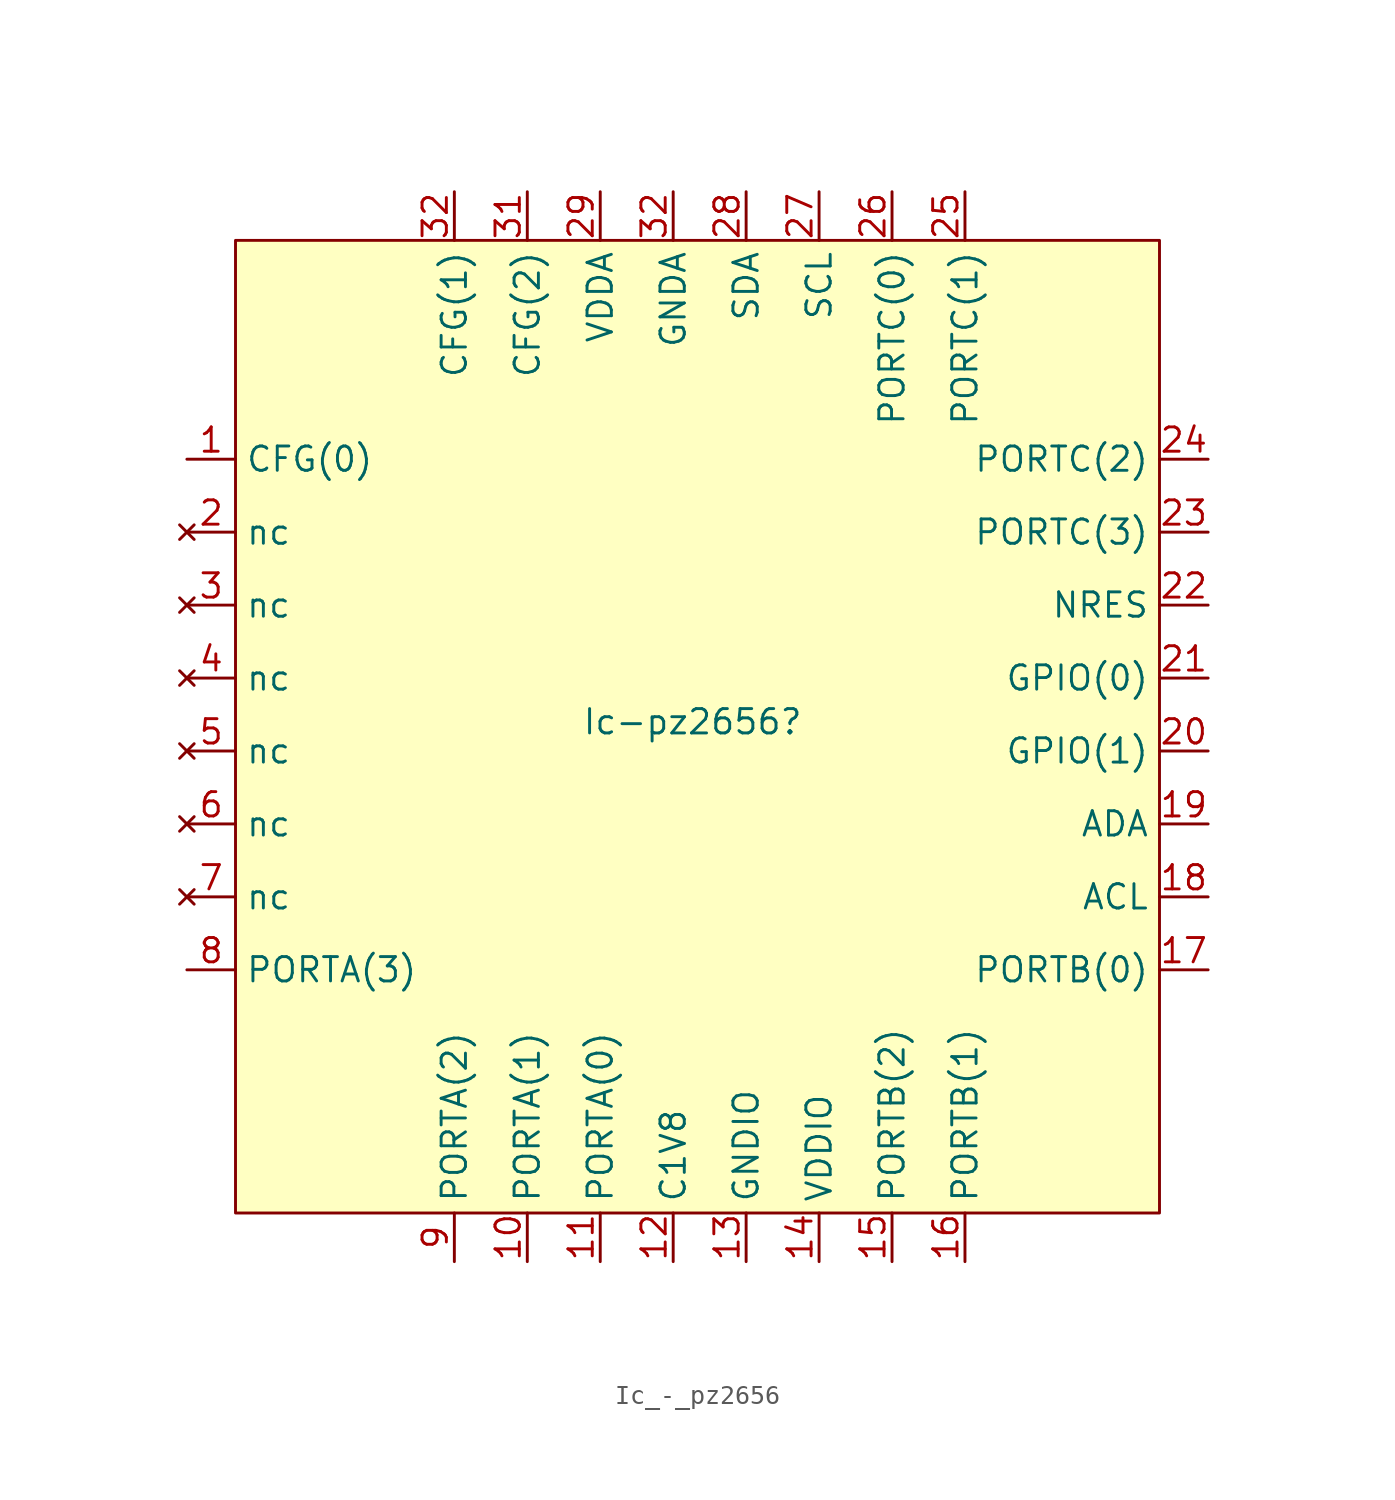
<source format=kicad_sym>
(kicad_symbol_lib
  (version 20231120)
  (generator "kicad_symbol_editor")
  (generator_version "8.0")
  (symbol "Ic_-_pz2656"
    (property "Reference" "Ic-pz2656"
      (at -0.254 0.254 0)
      (effects (font (size 1.27 1.27))))
    (property "Value" ""
      (at -9.906 -1.524 0)
      (effects (font (size 1.27 1.27))))
    (symbol "Ic_-_pz2656_1_1"
      (rectangle (start -24.13 25.4) (end 24.13 -25.4) (stroke (width 0) (type default)) (fill (type background)))
      (pin input line (at -26.67 13.97 0) (length 2.54) (name "CFG(0)" (effects (font (size 1.27 1.27)))) (number "1" (effects (font (size 1.27 1.27)))))
      (pin bidirectional line (at -8.89 -27.94 90) (length 2.54) (name "PORTA(1)" (effects (font (size 1.27 1.27)))) (number "10" (effects (font (size 1.27 1.27)))))
      (pin bidirectional line (at -5.08 -27.94 90) (length 2.54) (name "PORTA(0)" (effects (font (size 1.27 1.27)))) (number "11" (effects (font (size 1.27 1.27)))))
      (pin output line (at -1.27 -27.94 90) (length 2.54) (name "C1V8" (effects (font (size 1.27 1.27)))) (number "12" (effects (font (size 1.27 1.27)))))
      (pin power_out line (at 2.54 -27.94 90) (length 2.54) (name "GNDIO" (effects (font (size 1.27 1.27)))) (number "13" (effects (font (size 1.27 1.27)))))
      (pin power_in line (at 6.35 -27.94 90) (length 2.54) (name "VDDIO" (effects (font (size 1.27 1.27)))) (number "14" (effects (font (size 1.27 1.27)))))
      (pin bidirectional line (at 10.16 -27.94 90) (length 2.54) (name "PORTB(2)" (effects (font (size 1.27 1.27)))) (number "15" (effects (font (size 1.27 1.27)))))
      (pin bidirectional line (at 13.97 -27.94 90) (length 2.54) (name "PORTB(1)" (effects (font (size 1.27 1.27)))) (number "16" (effects (font (size 1.27 1.27)))))
      (pin bidirectional line (at 26.67 -12.7 180) (length 2.54) (name "PORTB(0)" (effects (font (size 1.27 1.27)))) (number "17" (effects (font (size 1.27 1.27)))))
      (pin output line (at 26.67 -8.89 180) (length 2.54) (name "ACL" (effects (font (size 1.27 1.27)))) (number "18" (effects (font (size 1.27 1.27)))))
      (pin input line (at 26.67 -5.08 180) (length 2.54) (name "ADA" (effects (font (size 1.27 1.27)))) (number "19" (effects (font (size 1.27 1.27)))))
      (pin no_connect line (at -26.67 10.16 0) (length 2.54) (name "nc" (effects (font (size 1.27 1.27)))) (number "2" (effects (font (size 1.27 1.27)))))
      (pin bidirectional line (at 26.67 -1.27 180) (length 2.54) (name "GPIO(1)" (effects (font (size 1.27 1.27)))) (number "20" (effects (font (size 1.27 1.27)))))
      (pin bidirectional line (at 26.67 2.54 180) (length 2.54) (name "GPIO(0)" (effects (font (size 1.27 1.27)))) (number "21" (effects (font (size 1.27 1.27)))))
      (pin input line (at 26.67 6.35 180) (length 2.54) (name "NRES" (effects (font (size 1.27 1.27)))) (number "22" (effects (font (size 1.27 1.27)))))
      (pin bidirectional line (at 26.67 10.16 180) (length 2.54) (name "PORTC(3)" (effects (font (size 1.27 1.27)))) (number "23" (effects (font (size 1.27 1.27)))))
      (pin bidirectional line (at 26.67 13.97 180) (length 2.54) (name "PORTC(2)" (effects (font (size 1.27 1.27)))) (number "24" (effects (font (size 1.27 1.27)))))
      (pin bidirectional line (at 13.97 27.94 270) (length 2.54) (name "PORTC(1)" (effects (font (size 1.27 1.27)))) (number "25" (effects (font (size 1.27 1.27)))))
      (pin bidirectional line (at 10.16 27.94 270) (length 2.54) (name "PORTC(0)" (effects (font (size 1.27 1.27)))) (number "26" (effects (font (size 1.27 1.27)))))
      (pin bidirectional line (at 6.35 27.94 270) (length 2.54) (name "SCL" (effects (font (size 1.27 1.27)))) (number "27" (effects (font (size 1.27 1.27)))))
      (pin bidirectional line (at 2.54 27.94 270) (length 2.54) (name "SDA" (effects (font (size 1.27 1.27)))) (number "28" (effects (font (size 1.27 1.27)))))
      (pin power_in line (at -5.08 27.94 270) (length 2.54) (name "VDDA" (effects (font (size 1.27 1.27)))) (number "29" (effects (font (size 1.27 1.27)))))
      (pin no_connect line (at -26.67 6.35 0) (length 2.54) (name "nc" (effects (font (size 1.27 1.27)))) (number "3" (effects (font (size 1.27 1.27)))))
      (pin input line (at -8.89 27.94 270) (length 2.54) (name "CFG(2)" (effects (font (size 1.27 1.27)))) (number "31" (effects (font (size 1.27 1.27)))))
      (pin input line (at -12.7 27.94 270) (length 2.54) (name "CFG(1)" (effects (font (size 1.27 1.27)))) (number "32" (effects (font (size 1.27 1.27)))))
      (pin power_out line (at -1.27 27.94 270) (length 2.54) (name "GNDA" (effects (font (size 1.27 1.27)))) (number "32" (effects (font (size 1.27 1.27)))))
      (pin no_connect line (at -26.67 2.54 0) (length 2.54) (name "nc" (effects (font (size 1.27 1.27)))) (number "4" (effects (font (size 1.27 1.27)))))
      (pin no_connect line (at -26.67 -1.27 0) (length 2.54) (name "nc" (effects (font (size 1.27 1.27)))) (number "5" (effects (font (size 1.27 1.27)))))
      (pin no_connect line (at -26.67 -5.08 0) (length 2.54) (name "nc" (effects (font (size 1.27 1.27)))) (number "6" (effects (font (size 1.27 1.27)))))
      (pin no_connect line (at -26.67 -8.89 0) (length 2.54) (name "nc" (effects (font (size 1.27 1.27)))) (number "7" (effects (font (size 1.27 1.27)))))
      (pin bidirectional line (at -26.67 -12.7 0) (length 2.54) (name "PORTA(3)" (effects (font (size 1.27 1.27)))) (number "8" (effects (font (size 1.27 1.27)))))
      (pin bidirectional line (at -12.7 -27.94 90) (length 2.54) (name "PORTA(2)" (effects (font (size 1.27 1.27)))) (number "9" (effects (font (size 1.27 1.27))))))))
</source>
